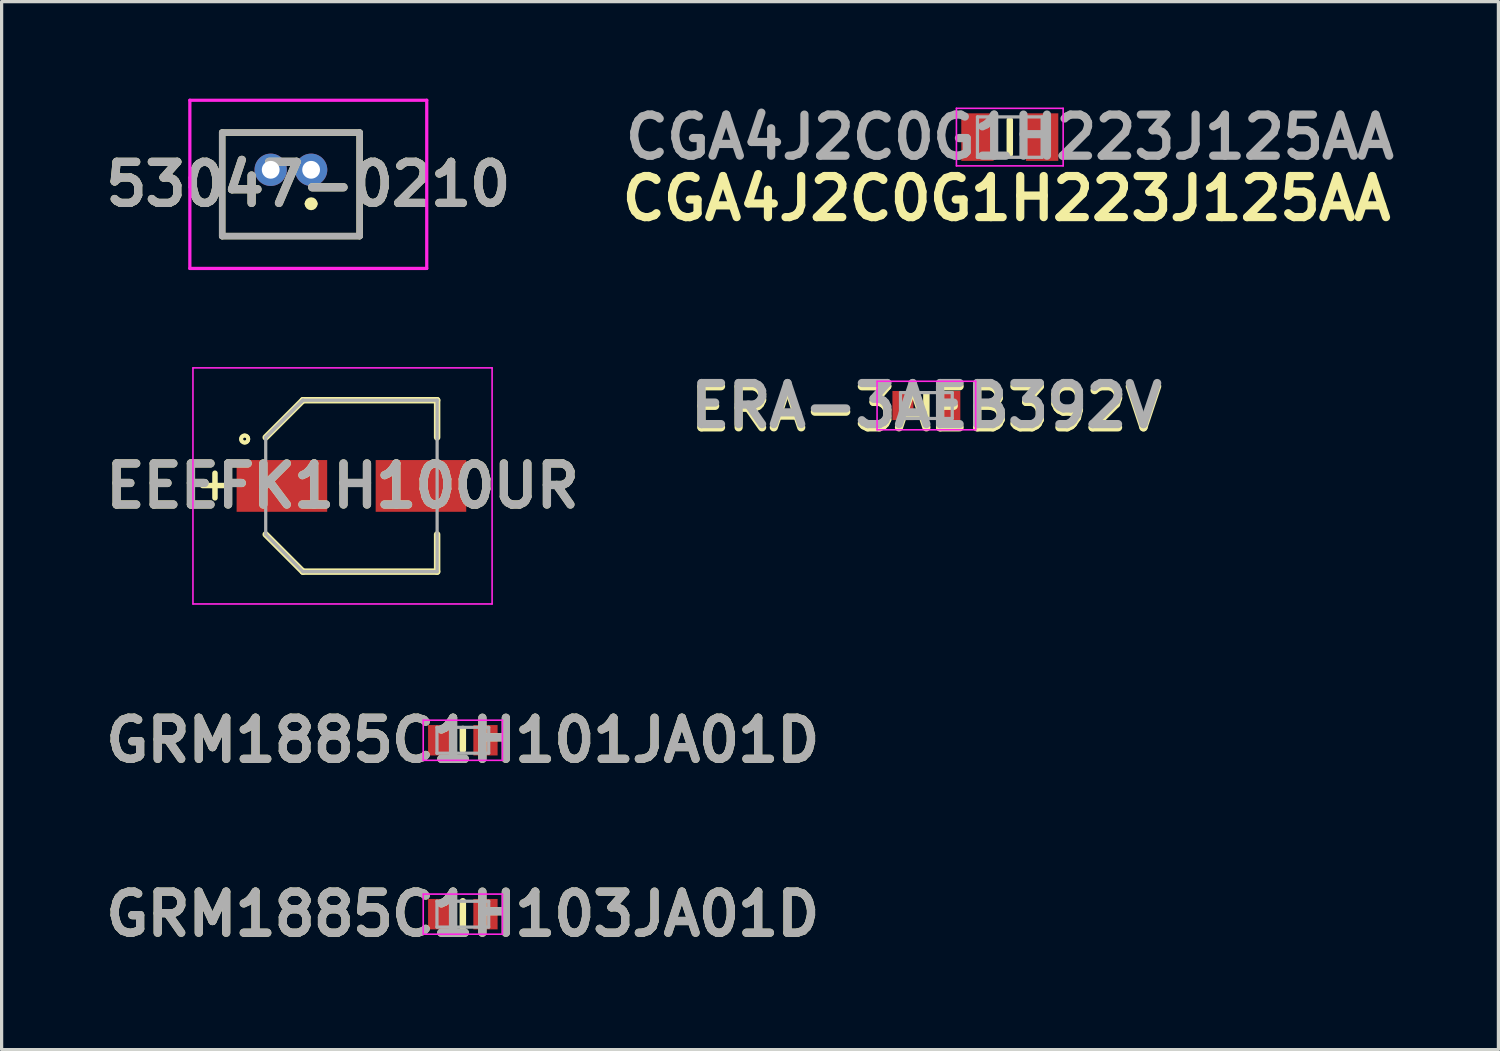
<source format=kicad_pcb>
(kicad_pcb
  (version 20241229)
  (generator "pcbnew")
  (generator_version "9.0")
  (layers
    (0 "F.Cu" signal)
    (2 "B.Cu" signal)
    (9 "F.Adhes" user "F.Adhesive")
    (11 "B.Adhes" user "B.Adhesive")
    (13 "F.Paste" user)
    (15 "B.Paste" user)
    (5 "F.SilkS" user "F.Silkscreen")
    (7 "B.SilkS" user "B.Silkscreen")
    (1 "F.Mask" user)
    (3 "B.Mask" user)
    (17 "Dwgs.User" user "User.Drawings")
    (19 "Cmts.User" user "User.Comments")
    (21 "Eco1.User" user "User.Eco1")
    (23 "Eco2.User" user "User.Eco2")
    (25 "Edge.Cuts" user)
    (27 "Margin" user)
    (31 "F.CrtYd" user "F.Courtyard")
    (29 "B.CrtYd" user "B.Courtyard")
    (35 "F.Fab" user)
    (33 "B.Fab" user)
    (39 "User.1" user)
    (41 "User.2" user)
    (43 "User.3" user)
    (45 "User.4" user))
  (footprint "CGA4J2C0G1H223J125AA"
    (layer "F.Cu")
    (at 28.173 1.189)
    (property "Reference" "CGA4J2C0G1H223J125AA" (at -0.1 1.9 0) (layer "F.SilkS") (effects (font (size 1.27 1.27) (thickness 0.254))))
    (attr smd)
    (fp_line (start 0 -0.525) (end 0 0.525) (stroke (width 0.2) (type solid)) (layer "F.SilkS"))
    (fp_line (start -1.65 -0.89) (end 1.65 -0.89) (stroke (width 0.05) (type solid)) (layer "F.CrtYd"))
    (fp_line (start -1.65 0.89) (end -1.65 -0.89) (stroke (width 0.05) (type solid)) (layer "F.CrtYd"))
    (fp_line (start 1.65 -0.89) (end 1.65 0.89) (stroke (width 0.05) (type solid)) (layer "F.CrtYd"))
    (fp_line (start 1.65 0.89) (end -1.65 0.89) (stroke (width 0.05) (type solid)) (layer "F.CrtYd"))
    (fp_line (start -1 -0.625) (end 1 -0.625) (stroke (width 0.1) (type solid)) (layer "F.Fab"))
    (fp_line (start -1 0.625) (end -1 -0.625) (stroke (width 0.1) (type solid)) (layer "F.Fab"))
    (fp_line (start 1 -0.625) (end 1 0.625) (stroke (width 0.1) (type solid)) (layer "F.Fab"))
    (fp_line (start 1 0.625) (end -1 0.625) (stroke (width 0.1) (type solid)) (layer "F.Fab"))
    (fp_text user "${REFERENCE}" (at 0 0 0) (layer "F.Fab") (effects (font (size 1.27 1.27) (thickness 0.254))))
    (pad "1" smd rect (at -1 0) (size 1 1.47) (layers "F.Cu" "F.Mask" "F.Paste"))
    (pad "2" smd rect (at 1 0) (size 1 1.47) (layers "F.Cu" "F.Mask" "F.Paste")))
  (footprint "GRM1885C1H103JA01D"
    (layer "F.Cu")
    (at 11.261 25.216)
    (property "Reference" "GRM1885C1H103JA01D" (at 0 0 0) (layer "F.SilkS") (effects (font (size 1.27 1.27) (thickness 0.254))))
    (attr smd)
    (fp_line (start 0 -0.4) (end 0 0.4) (stroke (width 0.2) (type default)) (layer "F.SilkS"))
    (fp_line (start -1.225 -0.62) (end 1.225 -0.62) (stroke (width 0.05) (type solid)) (layer "F.CrtYd"))
    (fp_line (start -1.225 0.62) (end -1.225 -0.62) (stroke (width 0.05) (type solid)) (layer "F.CrtYd"))
    (fp_line (start 1.225 -0.62) (end 1.225 0.62) (stroke (width 0.05) (type solid)) (layer "F.CrtYd"))
    (fp_line (start 1.225 0.62) (end -1.225 0.62) (stroke (width 0.05) (type solid)) (layer "F.CrtYd"))
    (fp_line (start -0.8 -0.4) (end 0.8 -0.4) (stroke (width 0.1) (type solid)) (layer "F.Fab"))
    (fp_line (start -0.8 0.4) (end -0.8 -0.4) (stroke (width 0.1) (type solid)) (layer "F.Fab"))
    (fp_line (start 0.8 -0.4) (end 0.8 0.4) (stroke (width 0.1) (type solid)) (layer "F.Fab"))
    (fp_line (start 0.8 0.4) (end -0.8 0.4) (stroke (width 0.1) (type solid)) (layer "F.Fab"))
    (fp_text user "${REFERENCE}" (at 0 0 0) (layer "F.Fab") (effects (font (size 1.27 1.27) (thickness 0.254))))
    (pad "1" smd rect (at -0.7 0) (size 0.75 0.94) (layers "F.Cu" "F.Mask" "F.Paste"))
    (pad "2" smd rect (at 0.7 0) (size 0.75 0.94) (layers "F.Cu" "F.Mask" "F.Paste")))
  (footprint "GRM1885C1H101JA01D"
    (layer "F.Cu")
    (at 11.261 19.839)
    (property "Reference" "GRM1885C1H101JA01D" (at 0 0 0) (layer "F.SilkS") (effects (font (size 1.27 1.27) (thickness 0.254))))
    (attr smd)
    (fp_line (start 0 -0.35) (end 0 0.3) (stroke (width 0.2) (type default)) (layer "F.SilkS"))
    (fp_line (start -1.225 -0.62) (end 1.225 -0.62) (stroke (width 0.05) (type solid)) (layer "F.CrtYd"))
    (fp_line (start -1.225 0.62) (end -1.225 -0.62) (stroke (width 0.05) (type solid)) (layer "F.CrtYd"))
    (fp_line (start 1.225 -0.62) (end 1.225 0.62) (stroke (width 0.05) (type solid)) (layer "F.CrtYd"))
    (fp_line (start 1.225 0.62) (end -1.225 0.62) (stroke (width 0.05) (type solid)) (layer "F.CrtYd"))
    (fp_line (start -0.8 -0.4) (end 0.8 -0.4) (stroke (width 0.1) (type solid)) (layer "F.Fab"))
    (fp_line (start -0.8 0.4) (end -0.8 -0.4) (stroke (width 0.1) (type solid)) (layer "F.Fab"))
    (fp_line (start 0.8 -0.4) (end 0.8 0.4) (stroke (width 0.1) (type solid)) (layer "F.Fab"))
    (fp_line (start 0.8 0.4) (end -0.8 0.4) (stroke (width 0.1) (type solid)) (layer "F.Fab"))
    (fp_text user "${REFERENCE}" (at 0 0 0) (layer "F.Fab") (effects (font (size 1.27 1.27) (thickness 0.254))))
    (pad "1" smd rect (at -0.7 0) (size 0.75 0.94) (layers "F.Cu" "F.Mask" "F.Paste"))
    (pad "2" smd rect (at 0.7 0) (size 0.75 0.94) (layers "F.Cu" "F.Mask" "F.Paste")))
  (footprint "ERA-3AEB392V"
    (layer "F.Cu")
    (at 25.594 9.489)
    (property "Reference" "ERA-3AEB392V" (at 0 0.1 0) (layer "F.SilkS") (effects (font (size 1.27 1.27) (thickness 0.254))))
    (attr smd)
    (fp_line (start 0 -0.35) (end 0 0.35) (stroke (width 0.2) (type default)) (layer "F.SilkS"))
    (fp_line (start -1.525 -0.75) (end 1.525 -0.75) (stroke (width 0.05) (type solid)) (layer "F.CrtYd"))
    (fp_line (start -1.525 0.75) (end -1.525 -0.75) (stroke (width 0.05) (type solid)) (layer "F.CrtYd"))
    (fp_line (start 1.525 -0.75) (end 1.525 0.75) (stroke (width 0.05) (type solid)) (layer "F.CrtYd"))
    (fp_line (start 1.525 0.75) (end -1.525 0.75) (stroke (width 0.05) (type solid)) (layer "F.CrtYd"))
    (fp_line (start -0.8 -0.4) (end 0.8 -0.4) (stroke (width 0.1) (type solid)) (layer "F.Fab"))
    (fp_line (start -0.8 0.4) (end -0.8 -0.4) (stroke (width 0.1) (type solid)) (layer "F.Fab"))
    (fp_line (start 0.8 -0.4) (end 0.8 0.4) (stroke (width 0.1) (type solid)) (layer "F.Fab"))
    (fp_line (start 0.8 0.4) (end -0.8 0.4) (stroke (width 0.1) (type solid)) (layer "F.Fab"))
    (fp_text user "${REFERENCE}" (at 0 0 0) (layer "F.Fab") (effects (font (size 1.27 1.27) (thickness 0.254))))
    (pad "1" smd rect (at -0.725 0) (size 0.65 0.9) (layers "F.Cu" "F.Mask" "F.Paste"))
    (pad "2" smd rect (at 0.725 0) (size 0.65 0.9) (layers "F.Cu" "F.Mask" "F.Paste")))
  (footprint "53047-0210"
    (layer "F.Cu")
    (at 6.57 2.2)
    (property "Reference" "53047-0210" (at -0.087 0.45 0) (layer "F.SilkS") (effects (font (size 1.27 1.27) (thickness 0.254))))
    (attr through_hole)
    (fp_line (start -2.75 -1.15) (end 1.5 -1.15) (stroke (width 0.2) (type solid)) (layer "F.SilkS"))
    (fp_line (start -2.75 2.05) (end -2.75 -1.15) (stroke (width 0.2) (type solid)) (layer "F.SilkS"))
    (fp_line (start 1.5 -1.15) (end 1.5 2.05) (stroke (width 0.2) (type solid)) (layer "F.SilkS"))
    (fp_line (start 1.5 2.05) (end -2.75 2.05) (stroke (width 0.2) (type solid)) (layer "F.SilkS"))
    (fp_arc (start -0.1 1.05) (mid 0 0.95) (end 0.1 1.05) (stroke (width 0.2) (type solid)) (layer "F.SilkS"))
    (fp_arc (start 0.1 1.05) (mid 0 1.15) (end -0.1 1.05) (stroke (width 0.2) (type solid)) (layer "F.SilkS"))
    (fp_line (start -3.75 -2.15) (end 3.575 -2.15) (stroke (width 0.1) (type solid)) (layer "F.CrtYd"))
    (fp_line (start -3.75 3.05) (end -3.75 -2.15) (stroke (width 0.1) (type solid)) (layer "F.CrtYd"))
    (fp_line (start 3.575 -2.15) (end 3.575 3.05) (stroke (width 0.1) (type solid)) (layer "F.CrtYd"))
    (fp_line (start 3.575 3.05) (end -3.75 3.05) (stroke (width 0.1) (type solid)) (layer "F.CrtYd"))
    (fp_line (start -2.75 -1.15) (end 1.5 -1.15) (stroke (width 0.2) (type solid)) (layer "F.Fab"))
    (fp_line (start -2.75 2.05) (end -2.75 -1.15) (stroke (width 0.2) (type solid)) (layer "F.Fab"))
    (fp_line (start 1.5 -1.15) (end 1.5 2.05) (stroke (width 0.2) (type solid)) (layer "F.Fab"))
    (fp_line (start 1.5 2.05) (end -2.75 2.05) (stroke (width 0.2) (type solid)) (layer "F.Fab"))
    (fp_text user "${REFERENCE}" (at -0.087 0.45 0) (layer "F.Fab") (effects (font (size 1.27 1.27) (thickness 0.254))))
    (pad "1" thru_hole circle (at 0 0) (size 1 1) (drill 0.55) (layers "*.Cu" "*.Mask"))
    (pad "2" thru_hole circle (at -1.25 0) (size 1 1) (drill 0.55) (layers "*.Cu" "*.Mask")))
  (footprint "EEEFK1H100UR"
    (layer "F.Cu")
    (at 7.816 11.975)
    (property "Reference" "EEEFK1H100UR" (at -0.275 0 0) (layer "F.SilkS") (effects (font (size 1.27 1.27) (thickness 0.254))))
    (attr smd)
    (fp_line (start -2.65 -1.5) (end -1.5 -2.65) (stroke (width 0.2) (type solid)) (layer "F.SilkS"))
    (fp_line (start -2.65 1.5) (end -1.5 2.65) (stroke (width 0.2) (type solid)) (layer "F.SilkS"))
    (fp_line (start -1.5 -2.65) (end 2.65 -2.65) (stroke (width 0.2) (type solid)) (layer "F.SilkS"))
    (fp_line (start -1.5 2.65) (end 2.65 2.65) (stroke (width 0.2) (type solid)) (layer "F.SilkS"))
    (fp_line (start 2.65 -2.65) (end 2.65 -1.5) (stroke (width 0.2) (type solid)) (layer "F.SilkS"))
    (fp_line (start 2.65 2.65) (end 2.65 1.5) (stroke (width 0.2) (type solid)) (layer "F.SilkS"))
    (fp_circle (center -3.3 -1.45) (end -3.25 -1.45) (stroke (width 0.12) (type default)) (fill no) (layer "F.SilkS"))
    (fp_circle (center -3.3 -1.45) (end -3.2 -1.4) (stroke (width 0.12) (type default)) (fill no) (layer "F.SilkS"))
    (fp_line (start -4.9 -3.65) (end 4.35 -3.65) (stroke (width 0.05) (type solid)) (layer "F.CrtYd"))
    (fp_line (start -4.9 3.65) (end -4.9 -3.65) (stroke (width 0.05) (type solid)) (layer "F.CrtYd"))
    (fp_line (start 4.35 -3.65) (end 4.35 3.65) (stroke (width 0.05) (type solid)) (layer "F.CrtYd"))
    (fp_line (start 4.35 3.65) (end -4.9 3.65) (stroke (width 0.05) (type solid)) (layer "F.CrtYd"))
    (fp_line (start -2.65 -1.5) (end -1.5 -2.65) (stroke (width 0.1) (type solid)) (layer "F.Fab"))
    (fp_line (start -2.65 -1.5) (end -1.5 -2.65) (stroke (width 0.1) (type solid)) (layer "F.Fab"))
    (fp_line (start -2.65 1.5) (end -2.65 -1.5) (stroke (width 0.1) (type solid)) (layer "F.Fab"))
    (fp_line (start -1.5 -2.65) (end 2.65 -2.65) (stroke (width 0.1) (type solid)) (layer "F.Fab"))
    (fp_line (start -1.5 2.65) (end -2.65 1.5) (stroke (width 0.1) (type solid)) (layer "F.Fab"))
    (fp_line (start 2.65 -2.65) (end 2.65 2.65) (stroke (width 0.1) (type solid)) (layer "F.Fab"))
    (fp_line (start 2.65 2.65) (end -1.5 2.65) (stroke (width 0.1) (type solid)) (layer "F.Fab"))
    (fp_text user "+" (at -4.95 0.5 0) (unlocked yes) (layer "F.SilkS") (effects (font (size 1 1) (thickness 0.17) (bold yes)) (justify left bottom)))
    (fp_text user "${REFERENCE}" (at -0.275 0 0) (layer "F.Fab") (effects (font (size 1.27 1.27) (thickness 0.254))))
    (pad "1" smd rect (at -2.15 0 90) (size 1.6 2.8) (layers "F.Cu" "F.Mask" "F.Paste"))
    (pad "2" smd rect (at 2.15 0 90) (size 1.6 2.8) (layers "F.Cu" "F.Mask" "F.Paste")))
  (gr_rect
    (start -3 -3)
    (end 43.281 29.405)
    (stroke (width 0.1) (type default))
    (fill no)
    (layer "Edge.Cuts")))
</source>
